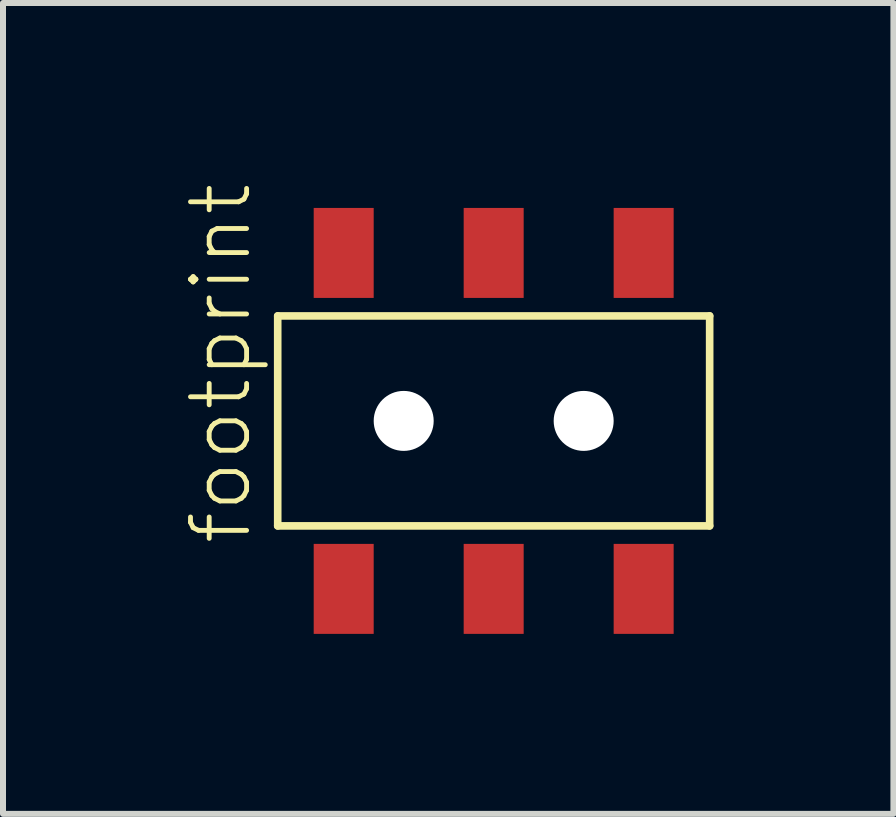
<source format=kicad_pcb>
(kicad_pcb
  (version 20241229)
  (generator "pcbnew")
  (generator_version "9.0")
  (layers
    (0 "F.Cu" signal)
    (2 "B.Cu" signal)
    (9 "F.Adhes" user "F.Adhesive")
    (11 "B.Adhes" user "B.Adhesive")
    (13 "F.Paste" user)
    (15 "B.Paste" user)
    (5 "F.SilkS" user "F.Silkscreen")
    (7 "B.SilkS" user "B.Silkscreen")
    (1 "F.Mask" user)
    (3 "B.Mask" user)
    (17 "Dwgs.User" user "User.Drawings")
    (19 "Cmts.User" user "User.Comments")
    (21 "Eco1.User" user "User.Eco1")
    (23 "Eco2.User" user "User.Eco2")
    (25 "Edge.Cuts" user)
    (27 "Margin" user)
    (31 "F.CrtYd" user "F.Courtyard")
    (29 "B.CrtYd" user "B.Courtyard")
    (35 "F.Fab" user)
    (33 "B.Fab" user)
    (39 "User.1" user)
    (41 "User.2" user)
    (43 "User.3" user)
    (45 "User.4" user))
  (footprint "footprint"
    (layer "F.Cu")
    (at 5.179 3.966)
    (property "Reference" "footprint" (at -4 2.1 90) (layer "F.SilkS") (effects (font (size 0.935 0.935) (thickness 0.081)) (justify left bottom)))
    (fp_line (start -3.6 -1.75) (end 3.6 -1.75) (stroke (width 0.127) (type solid)) (layer "F.SilkS"))
    (fp_line (start -3.6 1.75) (end -3.6 -1.75) (stroke (width 0.127) (type solid)) (layer "F.SilkS"))
    (fp_line (start 3.6 -1.75) (end 3.6 1.75) (stroke (width 0.127) (type solid)) (layer "F.SilkS"))
    (fp_line (start 3.6 1.75) (end -3.6 1.75) (stroke (width 0.127) (type solid)) (layer "F.SilkS"))
    (pad "" np_thru_hole circle (at -1.5 0) (size 1 1) (drill 1) (layers "*.Cu" "*.Mask"))
    (pad "" np_thru_hole circle (at 1.5 0) (size 1 1) (drill 1) (layers "*.Cu" "*.Mask"))
    (pad "O1" smd rect (at -2.5 -2.8) (size 1 1.5) (layers "F.Cu" "F.Mask" "F.Paste"))
    (pad "O2" smd rect (at -2.5 2.8) (size 1 1.5) (layers "F.Cu" "F.Mask" "F.Paste"))
    (pad "P1" smd rect (at 0 -2.8) (size 1 1.5) (layers "F.Cu" "F.Mask" "F.Paste"))
    (pad "P2" smd rect (at 0 2.8) (size 1 1.5) (layers "F.Cu" "F.Mask" "F.Paste"))
    (pad "S1" smd rect (at 2.5 -2.8) (size 1 1.5) (layers "F.Cu" "F.Mask" "F.Paste"))
    (pad "S2" smd rect (at 2.5 2.8) (size 1 1.5) (layers "F.Cu" "F.Mask" "F.Paste")))
  (gr_rect
    (start -3 -3)
    (end 11.842 10.516)
    (stroke (width 0.1) (type default))
    (fill no)
    (layer "Edge.Cuts")))
</source>
